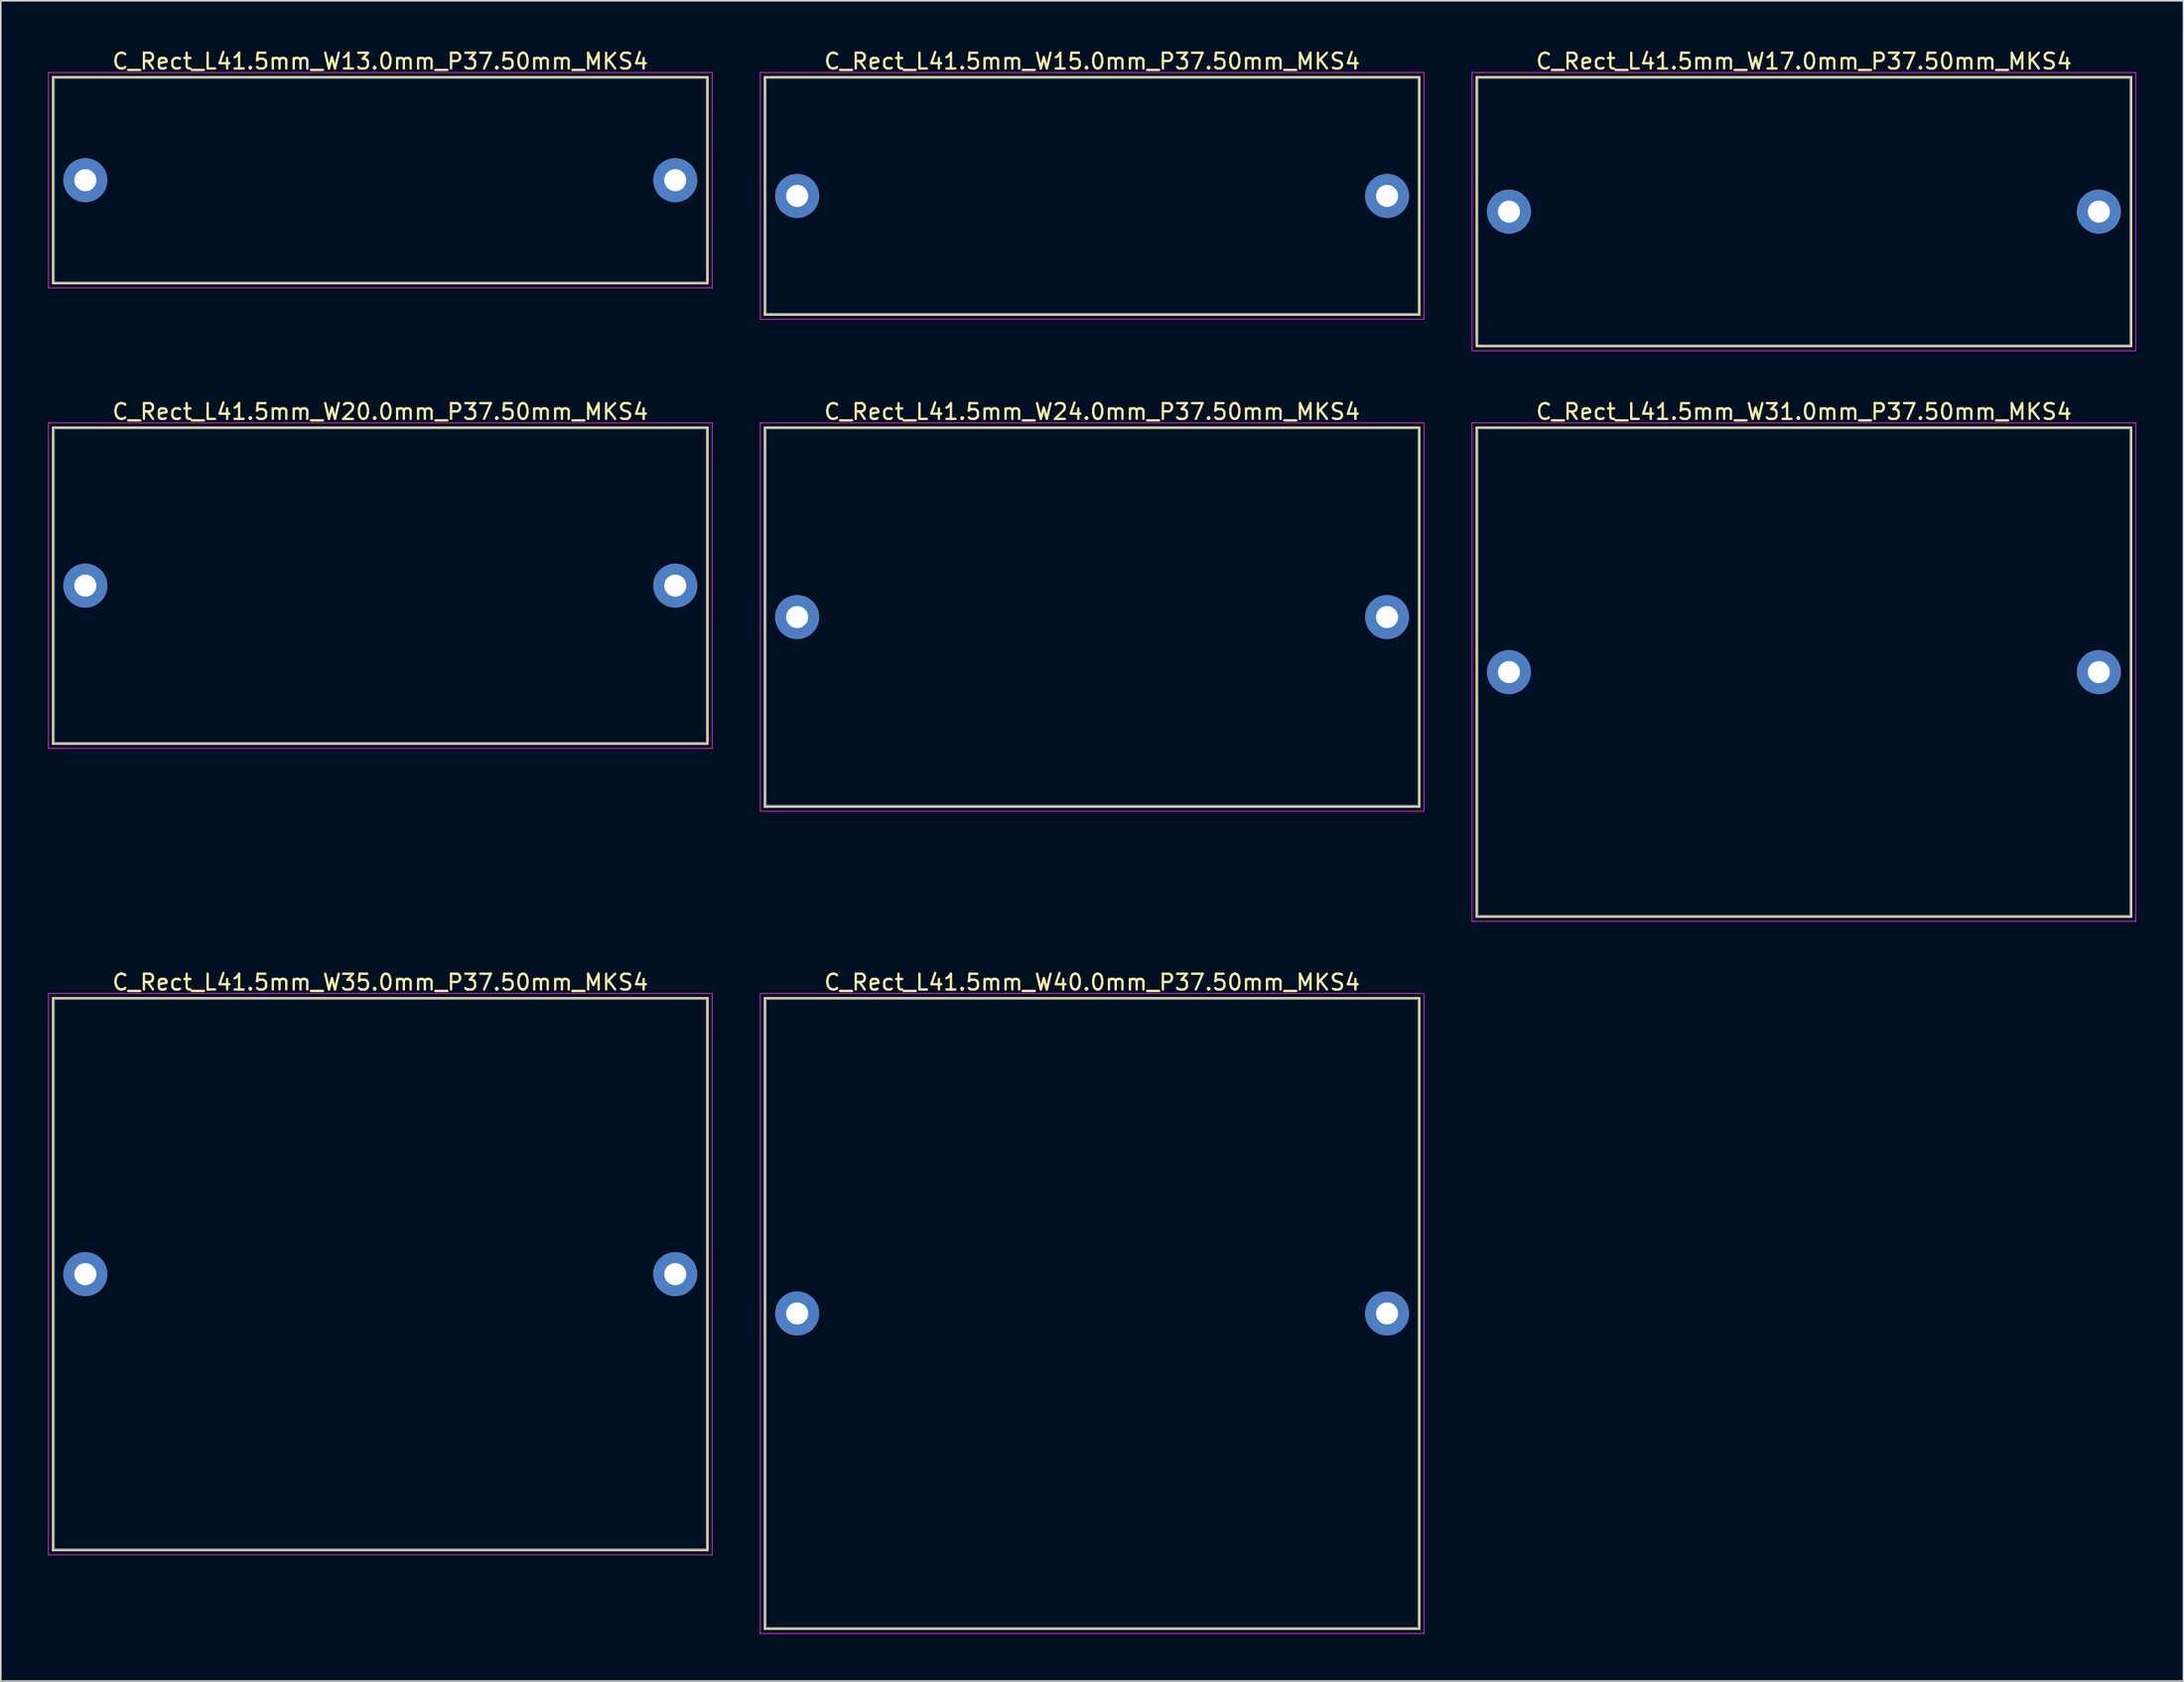
<source format=kicad_pcb>
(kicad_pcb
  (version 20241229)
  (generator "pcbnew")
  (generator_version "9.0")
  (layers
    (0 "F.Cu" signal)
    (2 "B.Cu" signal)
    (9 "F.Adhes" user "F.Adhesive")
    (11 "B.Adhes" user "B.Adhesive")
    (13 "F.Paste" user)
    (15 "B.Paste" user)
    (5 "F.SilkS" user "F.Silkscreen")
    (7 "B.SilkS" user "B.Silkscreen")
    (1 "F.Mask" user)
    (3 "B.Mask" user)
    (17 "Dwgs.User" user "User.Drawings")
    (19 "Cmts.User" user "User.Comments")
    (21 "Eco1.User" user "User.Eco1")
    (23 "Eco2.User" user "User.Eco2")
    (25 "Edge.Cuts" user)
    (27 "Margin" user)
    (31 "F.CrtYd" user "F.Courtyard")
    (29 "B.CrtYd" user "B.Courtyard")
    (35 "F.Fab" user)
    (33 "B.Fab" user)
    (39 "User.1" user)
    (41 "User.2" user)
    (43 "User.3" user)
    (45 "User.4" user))
  (footprint "C_Rect_L41.5mm_W17.0mm_P37.50mm_MKS4"
    (layer "F.Cu")
    (at 92.875 10.408)
    (property "Reference" "C_Rect_L41.5mm_W17.0mm_P37.50mm_MKS4" (at 18.75 -9.56 0) (layer "F.SilkS") (effects (font (size 1 1) (thickness 0.15))))
    (attr through_hole)
    (fp_line (start -2.06 -8.56) (end -2.06 8.56) (stroke (width 0.12) (type solid)) (layer "F.SilkS"))
    (fp_line (start -2.06 -8.56) (end 39.56 -8.56) (stroke (width 0.12) (type solid)) (layer "F.SilkS"))
    (fp_line (start -2.06 8.56) (end 39.56 8.56) (stroke (width 0.12) (type solid)) (layer "F.SilkS"))
    (fp_line (start 39.56 -8.56) (end 39.56 8.56) (stroke (width 0.12) (type solid)) (layer "F.SilkS"))
    (fp_line (start -2.35 -8.85) (end -2.35 8.85) (stroke (width 0.05) (type solid)) (layer "F.CrtYd"))
    (fp_line (start -2.35 8.85) (end 39.85 8.85) (stroke (width 0.05) (type solid)) (layer "F.CrtYd"))
    (fp_line (start 39.85 -8.85) (end -2.35 -8.85) (stroke (width 0.05) (type solid)) (layer "F.CrtYd"))
    (fp_line (start 39.85 8.85) (end 39.85 -8.85) (stroke (width 0.05) (type solid)) (layer "F.CrtYd"))
    (fp_line (start -2 -8.5) (end -2 8.5) (stroke (width 0.1) (type solid)) (layer "F.Fab"))
    (fp_line (start -2 8.5) (end 39.5 8.5) (stroke (width 0.1) (type solid)) (layer "F.Fab"))
    (fp_line (start 39.5 -8.5) (end -2 -8.5) (stroke (width 0.1) (type solid)) (layer "F.Fab"))
    (fp_line (start 39.5 8.5) (end 39.5 -8.5) (stroke (width 0.1) (type solid)) (layer "F.Fab"))
    (pad "1" thru_hole circle (at 0 0) (size 2.8 2.8) (drill 1.4) (layers "*.Cu" "*.Mask"))
    (pad "2" thru_hole circle (at 37.5 0) (size 2.8 2.8) (drill 1.4) (layers "*.Cu" "*.Mask")))
  (footprint "C_Rect_L41.5mm_W15.0mm_P37.50mm_MKS4"
    (layer "F.Cu")
    (at 47.625 9.408)
    (property "Reference" "C_Rect_L41.5mm_W15.0mm_P37.50mm_MKS4" (at 18.75 -8.56 0) (layer "F.SilkS") (effects (font (size 1 1) (thickness 0.15))))
    (attr through_hole)
    (fp_line (start -2.06 -7.56) (end -2.06 7.56) (stroke (width 0.12) (type solid)) (layer "F.SilkS"))
    (fp_line (start -2.06 -7.56) (end 39.56 -7.56) (stroke (width 0.12) (type solid)) (layer "F.SilkS"))
    (fp_line (start -2.06 7.56) (end 39.56 7.56) (stroke (width 0.12) (type solid)) (layer "F.SilkS"))
    (fp_line (start 39.56 -7.56) (end 39.56 7.56) (stroke (width 0.12) (type solid)) (layer "F.SilkS"))
    (fp_line (start -2.35 -7.85) (end -2.35 7.85) (stroke (width 0.05) (type solid)) (layer "F.CrtYd"))
    (fp_line (start -2.35 7.85) (end 39.85 7.85) (stroke (width 0.05) (type solid)) (layer "F.CrtYd"))
    (fp_line (start 39.85 -7.85) (end -2.35 -7.85) (stroke (width 0.05) (type solid)) (layer "F.CrtYd"))
    (fp_line (start 39.85 7.85) (end 39.85 -7.85) (stroke (width 0.05) (type solid)) (layer "F.CrtYd"))
    (fp_line (start -2 -7.5) (end -2 7.5) (stroke (width 0.1) (type solid)) (layer "F.Fab"))
    (fp_line (start -2 7.5) (end 39.5 7.5) (stroke (width 0.1) (type solid)) (layer "F.Fab"))
    (fp_line (start 39.5 -7.5) (end -2 -7.5) (stroke (width 0.1) (type solid)) (layer "F.Fab"))
    (fp_line (start 39.5 7.5) (end 39.5 -7.5) (stroke (width 0.1) (type solid)) (layer "F.Fab"))
    (pad "1" thru_hole circle (at 0 0) (size 2.8 2.8) (drill 1.4) (layers "*.Cu" "*.Mask"))
    (pad "2" thru_hole circle (at 37.5 0) (size 2.8 2.8) (drill 1.4) (layers "*.Cu" "*.Mask")))
  (footprint "C_Rect_L41.5mm_W13.0mm_P37.50mm_MKS4"
    (layer "F.Cu")
    (at 2.375 8.408)
    (property "Reference" "C_Rect_L41.5mm_W13.0mm_P37.50mm_MKS4" (at 18.75 -7.56 0) (layer "F.SilkS") (effects (font (size 1 1) (thickness 0.15))))
    (attr through_hole)
    (fp_line (start -2.06 -6.56) (end -2.06 6.56) (stroke (width 0.12) (type solid)) (layer "F.SilkS"))
    (fp_line (start -2.06 -6.56) (end 39.56 -6.56) (stroke (width 0.12) (type solid)) (layer "F.SilkS"))
    (fp_line (start -2.06 6.56) (end 39.56 6.56) (stroke (width 0.12) (type solid)) (layer "F.SilkS"))
    (fp_line (start 39.56 -6.56) (end 39.56 6.56) (stroke (width 0.12) (type solid)) (layer "F.SilkS"))
    (fp_line (start -2.35 -6.85) (end -2.35 6.85) (stroke (width 0.05) (type solid)) (layer "F.CrtYd"))
    (fp_line (start -2.35 6.85) (end 39.85 6.85) (stroke (width 0.05) (type solid)) (layer "F.CrtYd"))
    (fp_line (start 39.85 -6.85) (end -2.35 -6.85) (stroke (width 0.05) (type solid)) (layer "F.CrtYd"))
    (fp_line (start 39.85 6.85) (end 39.85 -6.85) (stroke (width 0.05) (type solid)) (layer "F.CrtYd"))
    (fp_line (start -2 -6.5) (end -2 6.5) (stroke (width 0.1) (type solid)) (layer "F.Fab"))
    (fp_line (start -2 6.5) (end 39.5 6.5) (stroke (width 0.1) (type solid)) (layer "F.Fab"))
    (fp_line (start 39.5 -6.5) (end -2 -6.5) (stroke (width 0.1) (type solid)) (layer "F.Fab"))
    (fp_line (start 39.5 6.5) (end 39.5 -6.5) (stroke (width 0.1) (type solid)) (layer "F.Fab"))
    (pad "1" thru_hole circle (at 0 0) (size 2.8 2.8) (drill 1.4) (layers "*.Cu" "*.Mask"))
    (pad "2" thru_hole circle (at 37.5 0) (size 2.8 2.8) (drill 1.4) (layers "*.Cu" "*.Mask")))
  (footprint "C_Rect_L41.5mm_W31.0mm_P37.50mm_MKS4"
    (layer "F.Cu")
    (at 92.875 39.691)
    (property "Reference" "C_Rect_L41.5mm_W31.0mm_P37.50mm_MKS4" (at 18.75 -16.56 0) (layer "F.SilkS") (effects (font (size 1 1) (thickness 0.15))))
    (attr through_hole)
    (fp_line (start -2.06 -15.56) (end -2.06 15.56) (stroke (width 0.12) (type solid)) (layer "F.SilkS"))
    (fp_line (start -2.06 -15.56) (end 39.56 -15.56) (stroke (width 0.12) (type solid)) (layer "F.SilkS"))
    (fp_line (start -2.06 15.56) (end 39.56 15.56) (stroke (width 0.12) (type solid)) (layer "F.SilkS"))
    (fp_line (start 39.56 -15.56) (end 39.56 15.56) (stroke (width 0.12) (type solid)) (layer "F.SilkS"))
    (fp_line (start -2.35 -15.85) (end -2.35 15.85) (stroke (width 0.05) (type solid)) (layer "F.CrtYd"))
    (fp_line (start -2.35 15.85) (end 39.85 15.85) (stroke (width 0.05) (type solid)) (layer "F.CrtYd"))
    (fp_line (start 39.85 -15.85) (end -2.35 -15.85) (stroke (width 0.05) (type solid)) (layer "F.CrtYd"))
    (fp_line (start 39.85 15.85) (end 39.85 -15.85) (stroke (width 0.05) (type solid)) (layer "F.CrtYd"))
    (fp_line (start -2 -15.5) (end -2 15.5) (stroke (width 0.1) (type solid)) (layer "F.Fab"))
    (fp_line (start -2 15.5) (end 39.5 15.5) (stroke (width 0.1) (type solid)) (layer "F.Fab"))
    (fp_line (start 39.5 -15.5) (end -2 -15.5) (stroke (width 0.1) (type solid)) (layer "F.Fab"))
    (fp_line (start 39.5 15.5) (end 39.5 -15.5) (stroke (width 0.1) (type solid)) (layer "F.Fab"))
    (pad "1" thru_hole circle (at 0 0) (size 2.8 2.8) (drill 1.4) (layers "*.Cu" "*.Mask"))
    (pad "2" thru_hole circle (at 37.5 0) (size 2.8 2.8) (drill 1.4) (layers "*.Cu" "*.Mask")))
  (footprint "C_Rect_L41.5mm_W40.0mm_P37.50mm_MKS4"
    (layer "F.Cu")
    (at 47.625 80.475)
    (property "Reference" "C_Rect_L41.5mm_W40.0mm_P37.50mm_MKS4" (at 18.75 -21.06 0) (layer "F.SilkS") (effects (font (size 1 1) (thickness 0.15))))
    (attr through_hole)
    (fp_line (start -2.06 -20.06) (end -2.06 20.06) (stroke (width 0.12) (type solid)) (layer "F.SilkS"))
    (fp_line (start -2.06 -20.06) (end 39.56 -20.06) (stroke (width 0.12) (type solid)) (layer "F.SilkS"))
    (fp_line (start -2.06 20.06) (end 39.56 20.06) (stroke (width 0.12) (type solid)) (layer "F.SilkS"))
    (fp_line (start 39.56 -20.06) (end 39.56 20.06) (stroke (width 0.12) (type solid)) (layer "F.SilkS"))
    (fp_line (start -2.35 -20.35) (end -2.35 20.35) (stroke (width 0.05) (type solid)) (layer "F.CrtYd"))
    (fp_line (start -2.35 20.35) (end 39.85 20.35) (stroke (width 0.05) (type solid)) (layer "F.CrtYd"))
    (fp_line (start 39.85 -20.35) (end -2.35 -20.35) (stroke (width 0.05) (type solid)) (layer "F.CrtYd"))
    (fp_line (start 39.85 20.35) (end 39.85 -20.35) (stroke (width 0.05) (type solid)) (layer "F.CrtYd"))
    (fp_line (start -2 -20) (end -2 20) (stroke (width 0.1) (type solid)) (layer "F.Fab"))
    (fp_line (start -2 20) (end 39.5 20) (stroke (width 0.1) (type solid)) (layer "F.Fab"))
    (fp_line (start 39.5 -20) (end -2 -20) (stroke (width 0.1) (type solid)) (layer "F.Fab"))
    (fp_line (start 39.5 20) (end 39.5 -20) (stroke (width 0.1) (type solid)) (layer "F.Fab"))
    (pad "1" thru_hole circle (at 0 0) (size 2.8 2.8) (drill 1.4) (layers "*.Cu" "*.Mask"))
    (pad "2" thru_hole circle (at 37.5 0) (size 2.8 2.8) (drill 1.4) (layers "*.Cu" "*.Mask")))
  (footprint "C_Rect_L41.5mm_W20.0mm_P37.50mm_MKS4"
    (layer "F.Cu")
    (at 2.375 34.191)
    (property "Reference" "C_Rect_L41.5mm_W20.0mm_P37.50mm_MKS4" (at 18.75 -11.06 0) (layer "F.SilkS") (effects (font (size 1 1) (thickness 0.15))))
    (attr through_hole)
    (fp_line (start -2.06 -10.06) (end -2.06 10.06) (stroke (width 0.12) (type solid)) (layer "F.SilkS"))
    (fp_line (start -2.06 -10.06) (end 39.56 -10.06) (stroke (width 0.12) (type solid)) (layer "F.SilkS"))
    (fp_line (start -2.06 10.06) (end 39.56 10.06) (stroke (width 0.12) (type solid)) (layer "F.SilkS"))
    (fp_line (start 39.56 -10.06) (end 39.56 10.06) (stroke (width 0.12) (type solid)) (layer "F.SilkS"))
    (fp_line (start -2.35 -10.35) (end -2.35 10.35) (stroke (width 0.05) (type solid)) (layer "F.CrtYd"))
    (fp_line (start -2.35 10.35) (end 39.85 10.35) (stroke (width 0.05) (type solid)) (layer "F.CrtYd"))
    (fp_line (start 39.85 -10.35) (end -2.35 -10.35) (stroke (width 0.05) (type solid)) (layer "F.CrtYd"))
    (fp_line (start 39.85 10.35) (end 39.85 -10.35) (stroke (width 0.05) (type solid)) (layer "F.CrtYd"))
    (fp_line (start -2 -10) (end -2 10) (stroke (width 0.1) (type solid)) (layer "F.Fab"))
    (fp_line (start -2 10) (end 39.5 10) (stroke (width 0.1) (type solid)) (layer "F.Fab"))
    (fp_line (start 39.5 -10) (end -2 -10) (stroke (width 0.1) (type solid)) (layer "F.Fab"))
    (fp_line (start 39.5 10) (end 39.5 -10) (stroke (width 0.1) (type solid)) (layer "F.Fab"))
    (pad "1" thru_hole circle (at 0 0) (size 2.8 2.8) (drill 1.4) (layers "*.Cu" "*.Mask"))
    (pad "2" thru_hole circle (at 37.5 0) (size 2.8 2.8) (drill 1.4) (layers "*.Cu" "*.Mask")))
  (footprint "C_Rect_L41.5mm_W35.0mm_P37.50mm_MKS4"
    (layer "F.Cu")
    (at 2.375 77.975)
    (property "Reference" "C_Rect_L41.5mm_W35.0mm_P37.50mm_MKS4" (at 18.75 -18.56 0) (layer "F.SilkS") (effects (font (size 1 1) (thickness 0.15))))
    (attr through_hole)
    (fp_line (start -2.06 -17.56) (end -2.06 17.56) (stroke (width 0.12) (type solid)) (layer "F.SilkS"))
    (fp_line (start -2.06 -17.56) (end 39.56 -17.56) (stroke (width 0.12) (type solid)) (layer "F.SilkS"))
    (fp_line (start -2.06 17.56) (end 39.56 17.56) (stroke (width 0.12) (type solid)) (layer "F.SilkS"))
    (fp_line (start 39.56 -17.56) (end 39.56 17.56) (stroke (width 0.12) (type solid)) (layer "F.SilkS"))
    (fp_line (start -2.35 -17.85) (end -2.35 17.85) (stroke (width 0.05) (type solid)) (layer "F.CrtYd"))
    (fp_line (start -2.35 17.85) (end 39.85 17.85) (stroke (width 0.05) (type solid)) (layer "F.CrtYd"))
    (fp_line (start 39.85 -17.85) (end -2.35 -17.85) (stroke (width 0.05) (type solid)) (layer "F.CrtYd"))
    (fp_line (start 39.85 17.85) (end 39.85 -17.85) (stroke (width 0.05) (type solid)) (layer "F.CrtYd"))
    (fp_line (start -2 -17.5) (end -2 17.5) (stroke (width 0.1) (type solid)) (layer "F.Fab"))
    (fp_line (start -2 17.5) (end 39.5 17.5) (stroke (width 0.1) (type solid)) (layer "F.Fab"))
    (fp_line (start 39.5 -17.5) (end -2 -17.5) (stroke (width 0.1) (type solid)) (layer "F.Fab"))
    (fp_line (start 39.5 17.5) (end 39.5 -17.5) (stroke (width 0.1) (type solid)) (layer "F.Fab"))
    (pad "1" thru_hole circle (at 0 0) (size 2.8 2.8) (drill 1.4) (layers "*.Cu" "*.Mask"))
    (pad "2" thru_hole circle (at 37.5 0) (size 2.8 2.8) (drill 1.4) (layers "*.Cu" "*.Mask")))
  (footprint "C_Rect_L41.5mm_W24.0mm_P37.50mm_MKS4"
    (layer "F.Cu")
    (at 47.625 36.191)
    (property "Reference" "C_Rect_L41.5mm_W24.0mm_P37.50mm_MKS4" (at 18.75 -13.06 0) (layer "F.SilkS") (effects (font (size 1 1) (thickness 0.15))))
    (attr through_hole)
    (fp_line (start -2.06 -12.06) (end -2.06 12.06) (stroke (width 0.12) (type solid)) (layer "F.SilkS"))
    (fp_line (start -2.06 -12.06) (end 39.56 -12.06) (stroke (width 0.12) (type solid)) (layer "F.SilkS"))
    (fp_line (start -2.06 12.06) (end 39.56 12.06) (stroke (width 0.12) (type solid)) (layer "F.SilkS"))
    (fp_line (start 39.56 -12.06) (end 39.56 12.06) (stroke (width 0.12) (type solid)) (layer "F.SilkS"))
    (fp_line (start -2.35 -12.35) (end -2.35 12.35) (stroke (width 0.05) (type solid)) (layer "F.CrtYd"))
    (fp_line (start -2.35 12.35) (end 39.85 12.35) (stroke (width 0.05) (type solid)) (layer "F.CrtYd"))
    (fp_line (start 39.85 -12.35) (end -2.35 -12.35) (stroke (width 0.05) (type solid)) (layer "F.CrtYd"))
    (fp_line (start 39.85 12.35) (end 39.85 -12.35) (stroke (width 0.05) (type solid)) (layer "F.CrtYd"))
    (fp_line (start -2 -12) (end -2 12) (stroke (width 0.1) (type solid)) (layer "F.Fab"))
    (fp_line (start -2 12) (end 39.5 12) (stroke (width 0.1) (type solid)) (layer "F.Fab"))
    (fp_line (start 39.5 -12) (end -2 -12) (stroke (width 0.1) (type solid)) (layer "F.Fab"))
    (fp_line (start 39.5 12) (end 39.5 -12) (stroke (width 0.1) (type solid)) (layer "F.Fab"))
    (pad "1" thru_hole circle (at 0 0) (size 2.8 2.8) (drill 1.4) (layers "*.Cu" "*.Mask"))
    (pad "2" thru_hole circle (at 37.5 0) (size 2.8 2.8) (drill 1.4) (layers "*.Cu" "*.Mask")))
  (gr_rect
    (start -3 -3)
    (end 135.75 103.85)
    (stroke (width 0.1) (type default))
    (fill no)
    (layer "Edge.Cuts")))
</source>
